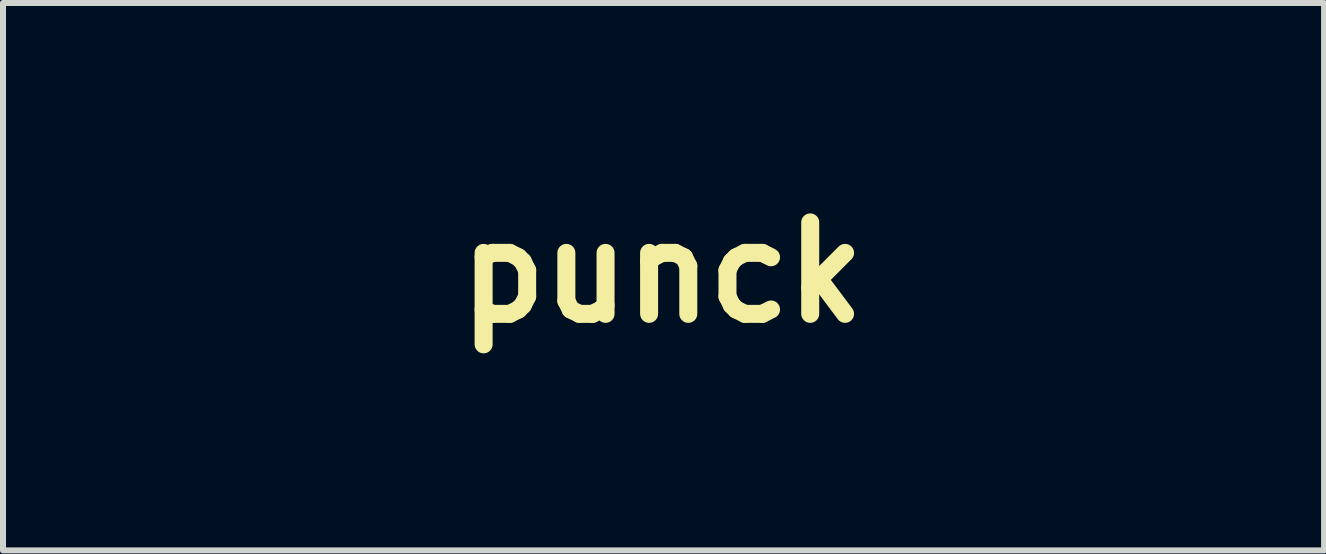
<source format=kicad_pcb>
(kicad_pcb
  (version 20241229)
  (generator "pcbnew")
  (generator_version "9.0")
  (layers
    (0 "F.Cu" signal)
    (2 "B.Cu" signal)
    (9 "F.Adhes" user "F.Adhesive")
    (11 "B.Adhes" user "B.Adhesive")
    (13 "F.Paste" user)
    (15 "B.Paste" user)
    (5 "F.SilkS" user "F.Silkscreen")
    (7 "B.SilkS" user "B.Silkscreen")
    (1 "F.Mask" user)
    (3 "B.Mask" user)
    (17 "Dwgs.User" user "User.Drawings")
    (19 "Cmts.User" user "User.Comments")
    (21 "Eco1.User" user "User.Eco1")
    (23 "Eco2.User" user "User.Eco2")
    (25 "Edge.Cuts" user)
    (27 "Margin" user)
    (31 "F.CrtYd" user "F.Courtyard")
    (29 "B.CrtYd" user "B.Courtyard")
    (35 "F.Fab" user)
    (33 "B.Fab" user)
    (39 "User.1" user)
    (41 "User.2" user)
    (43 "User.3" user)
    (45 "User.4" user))
  (footprint "punck"
    (layer "F.Cu")
    (at 7.985 1.491)
    (property "Reference" "punck" (at 0 0 0) (layer "F.SilkS") (effects (font (size 1.524 1.524) (thickness 0.3))))
    (attr board_only exclude_from_pos_files exclude_from_bom)
    (fp_poly (pts (xy 0.899 -1.437) (xy 1.242 -1.437) (xy 1.2 -0.506) (xy 1.181 -0.113) (xy 1.16 0.288) (xy 1.138 0.652) (xy 1.119 0.934) (xy 1.118 0.956) (xy 1.077 1.488) (xy 0.438 1.005) (xy 0.188 0.819) (xy -0.028 0.667) (xy -0.185 0.563) (xy -0.263 0.522) (xy -0.264 0.522) (xy -0.294 0.582) (xy -0.316 0.741) (xy -0.326 0.967) (xy -0.326 1.012) (xy -0.326 1.502) (xy -0.901 1.502) (xy -0.939 0.996) (xy -0.957 0.725) (xy -0.978 0.371) (xy -0.999 -0.018) (xy -1.016 -0.359) (xy -1.033 -0.688) (xy -1.052 -0.976) (xy -1.07 -1.195) (xy -1.085 -1.315) (xy -1.087 -1.322) (xy -1.089 -1.382) (xy -1.039 -1.416) (xy -0.911 -1.432) (xy -0.679 -1.436) (xy -0.65 -1.437) (xy -0.181 -1.437) (xy 0.211 -1.097) (xy 0.602 -0.758) (xy 0.578 -1.097) (xy 0.555 -1.437)) (stroke (width 0) (type solid)) (fill yes) (layer "F.Mask"))
    (fp_poly (pts (xy -3.428 -0.343) (xy -3.425 0.12) (xy -3.413 0.467) (xy -3.387 0.716) (xy -3.345 0.883) (xy -3.28 0.982) (xy -3.189 1.031) (xy -3.068 1.045) (xy -3.058 1.045) (xy -2.855 1.045) (xy -2.949 -1.437) (xy -2.008 -1.437) (xy -2.049 -1.232) (xy -2.062 -1.102) (xy -2.073 -0.867) (xy -2.082 -0.552) (xy -2.088 -0.182) (xy -2.089 0.169) (xy -2.089 0.619) (xy -2.095 0.955) (xy -2.119 1.195) (xy -2.17 1.356) (xy -2.261 1.454) (xy -2.401 1.507) (xy -2.603 1.532) (xy -2.876 1.545) (xy -2.969 1.549) (xy -3.266 1.559) (xy -3.474 1.551) (xy -3.633 1.52) (xy -3.785 1.459) (xy -3.852 1.425) (xy -4.03 1.317) (xy -4.174 1.186) (xy -4.289 1.015) (xy -4.38 0.789) (xy -4.454 0.493) (xy -4.514 0.11) (xy -4.566 -0.375) (xy -4.607 -0.865) (xy -4.651 -1.437) (xy -4.04 -1.437) (xy -3.428 -1.437)) (stroke (width 0) (type solid)) (fill yes) (layer "F.Mask"))
    (fp_poly (pts (xy 3.988 -1.433) (xy 4.154 -1.409) (xy 4.25 -1.34) (xy 4.295 -1.203) (xy 4.309 -0.975) (xy 4.31 -0.746) (xy 4.31 -0.261) (xy 4.075 -0.261) (xy 3.791 -0.211) (xy 3.557 -0.075) (xy 3.408 0.125) (xy 3.397 0.153) (xy 3.338 0.389) (xy 3.364 0.573) (xy 3.485 0.757) (xy 3.521 0.799) (xy 3.66 0.934) (xy 3.795 0.993) (xy 3.99 1.001) (xy 4.012 1.001) (xy 4.314 0.989) (xy 4.269 1.229) (xy 4.222 1.399) (xy 4.164 1.508) (xy 4.153 1.517) (xy 4.014 1.557) (xy 3.792 1.568) (xy 3.531 1.553) (xy 3.273 1.515) (xy 3.062 1.456) (xy 3.033 1.444) (xy 2.695 1.224) (xy 2.435 0.922) (xy 2.258 0.563) (xy 2.169 0.171) (xy 2.175 -0.229) (xy 2.281 -0.61) (xy 2.492 -0.948) (xy 2.501 -0.959) (xy 2.761 -1.196) (xy 3.064 -1.346) (xy 3.437 -1.421) (xy 3.731 -1.435)) (stroke (width 0) (type solid)) (fill yes) (layer "F.Mask"))
    (fp_poly (pts (xy -6.899 -1.467) (xy -6.669 -1.456) (xy -6.5 -1.43) (xy -6.358 -1.383) (xy -6.209 -1.31) (xy -6.163 -1.284) (xy -5.848 -1.058) (xy -5.652 -0.788) (xy -5.565 -0.457) (xy -5.563 -0.189) (xy -5.65 0.196) (xy -5.84 0.512) (xy -6.122 0.745) (xy -6.482 0.88) (xy -6.541 0.891) (xy -6.71 0.934) (xy -6.782 1.005) (xy -6.792 1.069) (xy -6.802 1.276) (xy -6.847 1.403) (xy -6.953 1.471) (xy -7.143 1.498) (xy -7.375 1.502) (xy -7.879 1.502) (xy -7.924 0.45) (xy -6.791 0.45) (xy -6.594 0.382) (xy -6.418 0.266) (xy -6.356 0.147) (xy -6.355 -0.059) (xy -6.462 -0.197) (xy -6.618 -0.249) (xy -6.717 -0.254) (xy -6.768 -0.218) (xy -6.788 -0.11) (xy -6.791 0.09) (xy -6.791 0.45) (xy -7.924 0.45) (xy -7.942 0.049) (xy -7.959 -0.373) (xy -7.972 -0.75) (xy -7.981 -1.062) (xy -7.985 -1.291) (xy -7.983 -1.418) (xy -7.98 -1.437) (xy -7.909 -1.45) (xy -7.734 -1.46) (xy -7.484 -1.467) (xy -7.226 -1.469)) (stroke (width 0) (type solid)) (fill yes) (layer "F.Mask"))
    (fp_poly (pts (xy 7.092 -1.49) (xy 7.247 -1.464) (xy 7.452 -1.421) (xy 7.671 -1.371) (xy 7.864 -1.32) (xy 7.996 -1.279) (xy 8.031 -1.259) (xy 8.003 -1.193) (xy 7.925 -1.031) (xy 7.808 -0.797) (xy 7.663 -0.511) (xy 7.6 -0.388) (xy 7.168 0.451) (xy 7.415 0.751) (xy 7.569 0.926) (xy 7.709 1.062) (xy 7.781 1.116) (xy 7.878 1.191) (xy 7.901 1.234) (xy 7.846 1.281) (xy 7.709 1.359) (xy 7.524 1.451) (xy 7.331 1.539) (xy 7.166 1.605) (xy 7.066 1.632) (xy 7.064 1.632) (xy 7.008 1.58) (xy 6.906 1.447) (xy 6.783 1.266) (xy 6.546 0.902) (xy 6.501 1.202) (xy 6.456 1.502) (xy 5.44 1.502) (xy 5.396 0.282) (xy 5.38 -0.123) (xy 5.362 -0.499) (xy 5.343 -0.82) (xy 5.326 -1.061) (xy 5.312 -1.187) (xy 5.272 -1.437) (xy 6.61 -1.437) (xy 6.583 -0.815) (xy 6.573 -0.531) (xy 6.575 -0.362) (xy 6.595 -0.308) (xy 6.638 -0.374) (xy 6.708 -0.56) (xy 6.811 -0.869) (xy 6.826 -0.914) (xy 6.908 -1.163) (xy 6.975 -1.359) (xy 7.016 -1.474) (xy 7.024 -1.491)) (stroke (width 0) (type solid)) (fill yes) (layer "F.Mask")))
  (gr_rect
    (start -3 -3)
    (end 19.016 6.123)
    (stroke (width 0.1) (type default))
    (fill no)
    (layer "Edge.Cuts")))
</source>
